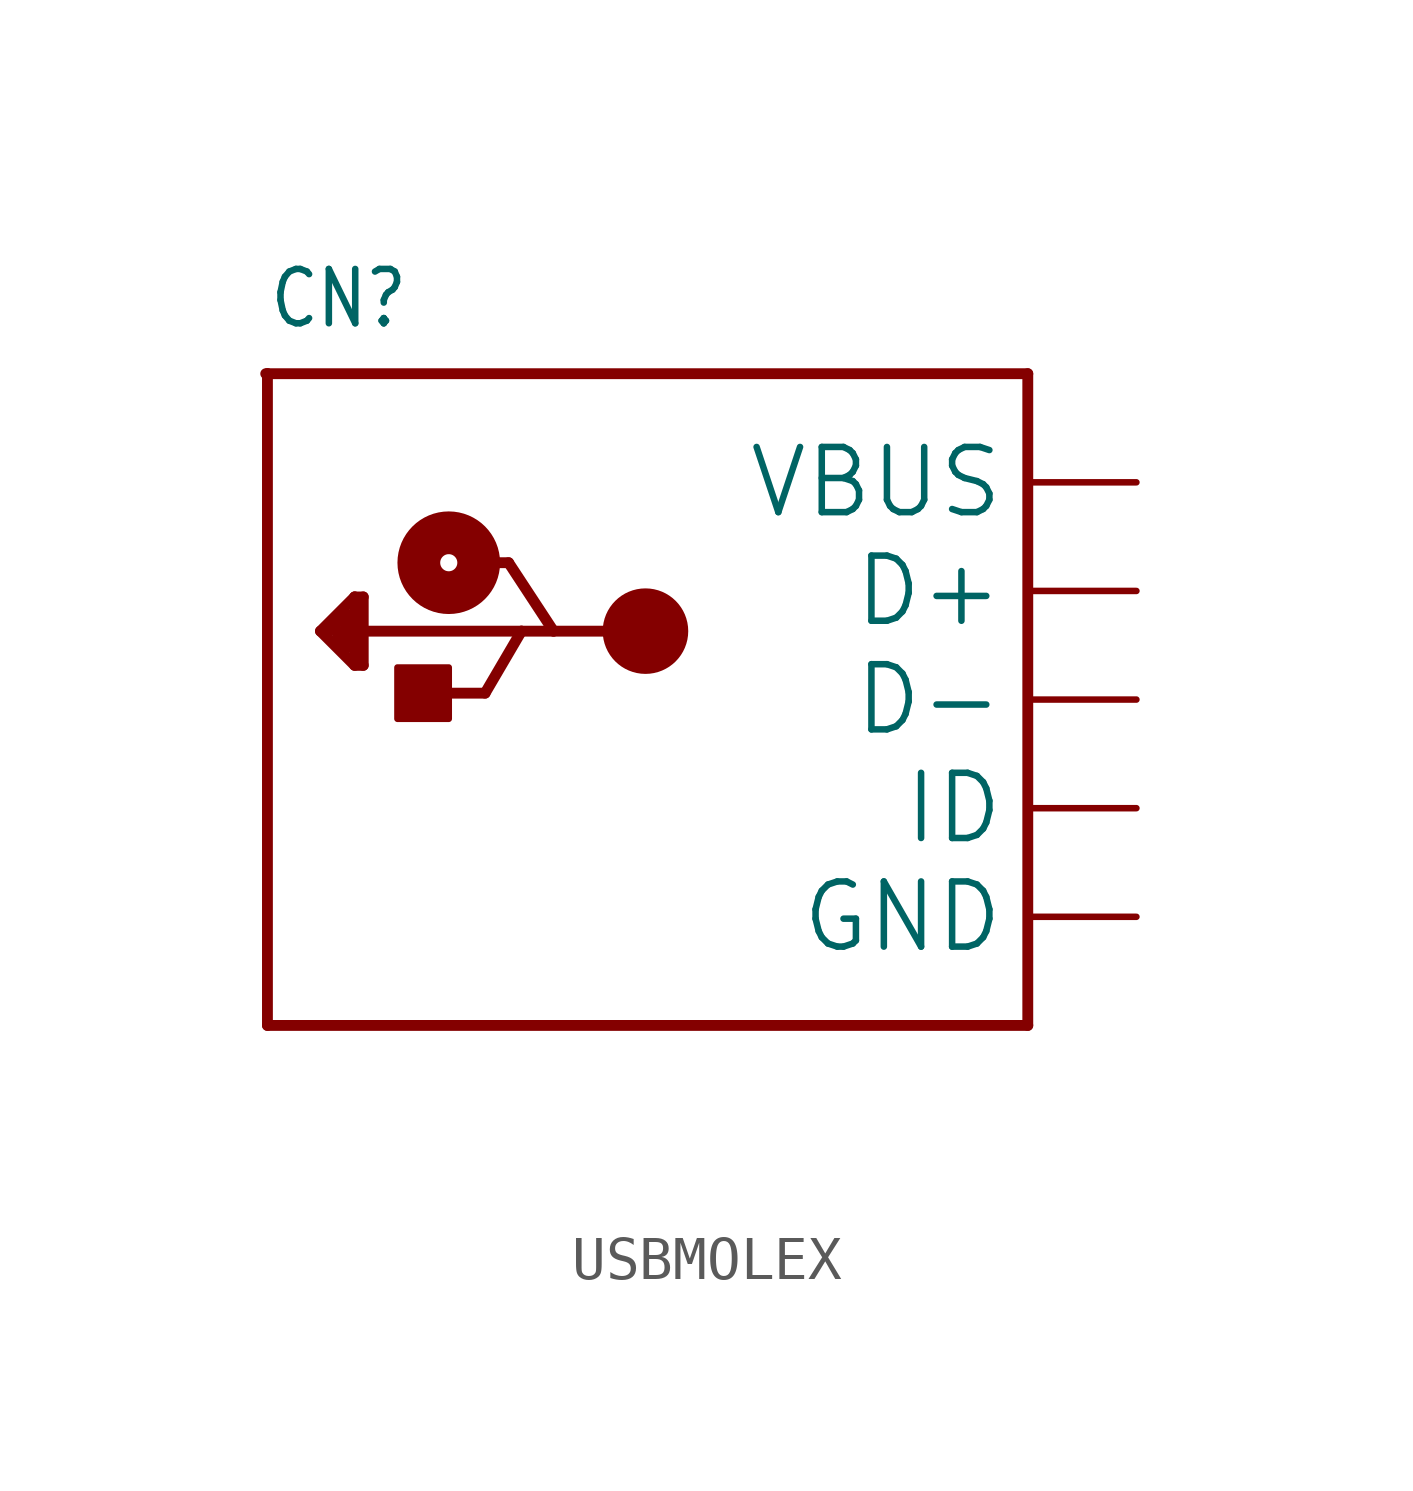
<source format=kicad_sym>
(kicad_symbol_lib
  (version 20241209)
  (generator "kicad_symbol_editor")
  (generator_version "9.0")
  (symbol "USBMOLEX"
    (property "Reference" "CN"
      (at -10.16 8.636 0)
      (effects (font (size 1.27 1.079)) (justify left bottom)))
    (property "Value" ""
      (at -10.16 -10.16 0)
      (effects (font (size 1.27 1.079)) (justify left bottom)))
    (property "ki_locked" ""
      (at 0 0 0)
      (effects (font (size 1.27 1.27))))
    (symbol "USBMOLEX_1_0"
      (polyline (pts (xy -10.2 7.62) (xy -10.16 7.62)) (stroke (width 0.254) (type solid)) (fill (type none)))
      (polyline (pts (xy -10.16 7.62) (xy -10.16 -7.62)) (stroke (width 0.254) (type solid)) (fill (type none)))
      (polyline (pts (xy -10.16 7.62) (xy 7.62 7.62)) (stroke (width 0.254) (type solid)) (fill (type none)))
      (polyline (pts (xy -10.16 -7.62) (xy 7.62 -7.62)) (stroke (width 0.254) (type solid)) (fill (type none)))
      (polyline (pts (xy -8.92 1.6) (xy -8.12 2.4)) (stroke (width 0.254) (type solid)) (fill (type none)))
      (polyline (pts (xy -8.52 1.6) (xy -8.52 1.4)) (stroke (width 0.254) (type solid)) (fill (type none)))
      (polyline (pts (xy -8.52 1.4) (xy -8.32 1.2)) (stroke (width 0.254) (type solid)) (fill (type none)))
      (polyline (pts (xy -8.32 2) (xy -8.72 1.6)) (stroke (width 0.254) (type solid)) (fill (type none)))
      (polyline (pts (xy -8.32 1.2) (xy -8.32 2)) (stroke (width 0.254) (type solid)) (fill (type none)))
      (polyline (pts (xy -8.12 2.4) (xy -7.92 2.4)) (stroke (width 0.254) (type solid)) (fill (type none)))
      (polyline (pts (xy -8.12 1) (xy -8.12 2.4)) (stroke (width 0.254) (type solid)) (fill (type none)))
      (polyline (pts (xy -8.12 0.8) (xy -8.92 1.6)) (stroke (width 0.254) (type solid)) (fill (type none)))
      (polyline (pts (xy -7.92 2.4) (xy -7.92 1.6)) (stroke (width 0.254) (type solid)) (fill (type none)))
      (polyline (pts (xy -7.92 1.6) (xy -7.92 0.8)) (stroke (width 0.254) (type solid)) (fill (type none)))
      (polyline (pts (xy -7.92 0.8) (xy -8.12 0.8)) (stroke (width 0.254) (type solid)) (fill (type none)))
      (rectangle (start -7.12 -0.45) (end -5.92 0.75) (stroke (width 0) (type default)) (fill (type outline)))
      (polyline (pts (xy -6.27 0.15) (xy -5.07 0.15)) (stroke (width 0.254) (type solid)) (fill (type none)))
      (circle (center -5.92 3.2) (radius 0.2) (stroke (width 1) (type solid)) (fill (type none)))
      (polyline (pts (xy -5.52 3.2) (xy -4.52 3.2)) (stroke (width 0.254) (type solid)) (fill (type none)))
      (polyline (pts (xy -5.07 0.15) (xy -4.22 1.6)) (stroke (width 0.254) (type solid)) (fill (type none)))
      (polyline (pts (xy -4.52 3.2) (xy -3.47 1.6)) (stroke (width 0.254) (type solid)) (fill (type none)))
      (polyline (pts (xy -4.22 1.6) (xy -7.92 1.6)) (stroke (width 0.254) (type solid)) (fill (type none)))
      (polyline (pts (xy -3.47 1.6) (xy -4.22 1.6)) (stroke (width 0.254) (type solid)) (fill (type none)))
      (circle (center -1.32 1.6) (radius 0.5) (stroke (width 1) (type solid)) (fill (type none)))
      (polyline (pts (xy -1.32 1.6) (xy -3.47 1.6)) (stroke (width 0.254) (type solid)) (fill (type none)))
      (polyline (pts (xy 7.62 7.62) (xy 7.62 -7.62)) (stroke (width 0.254) (type solid)) (fill (type none)))
      (pin power_in line (at 10.16 5.08 180) (length 2.54) (name "VBUS" (effects (font (size 1.524 1.524)))) (number "VBUS" (effects (font (size 0 0)))))
      (pin bidirectional line (at 10.16 2.54 180) (length 2.54) (name "D+" (effects (font (size 1.524 1.524)))) (number "D+" (effects (font (size 0 0)))))
      (pin bidirectional line (at 10.16 0 180) (length 2.54) (name "D-" (effects (font (size 1.524 1.524)))) (number "D-" (effects (font (size 0 0)))))
      (pin bidirectional line (at 10.16 -2.54 180) (length 2.54) (name "ID" (effects (font (size 1.524 1.524)))) (number "ID" (effects (font (size 0 0)))))
      (pin power_in line (at 10.16 -5.08 180) (length 2.54) (name "GND" (effects (font (size 1.524 1.524)))) (number "GND" (effects (font (size 0 0))))))))
</source>
